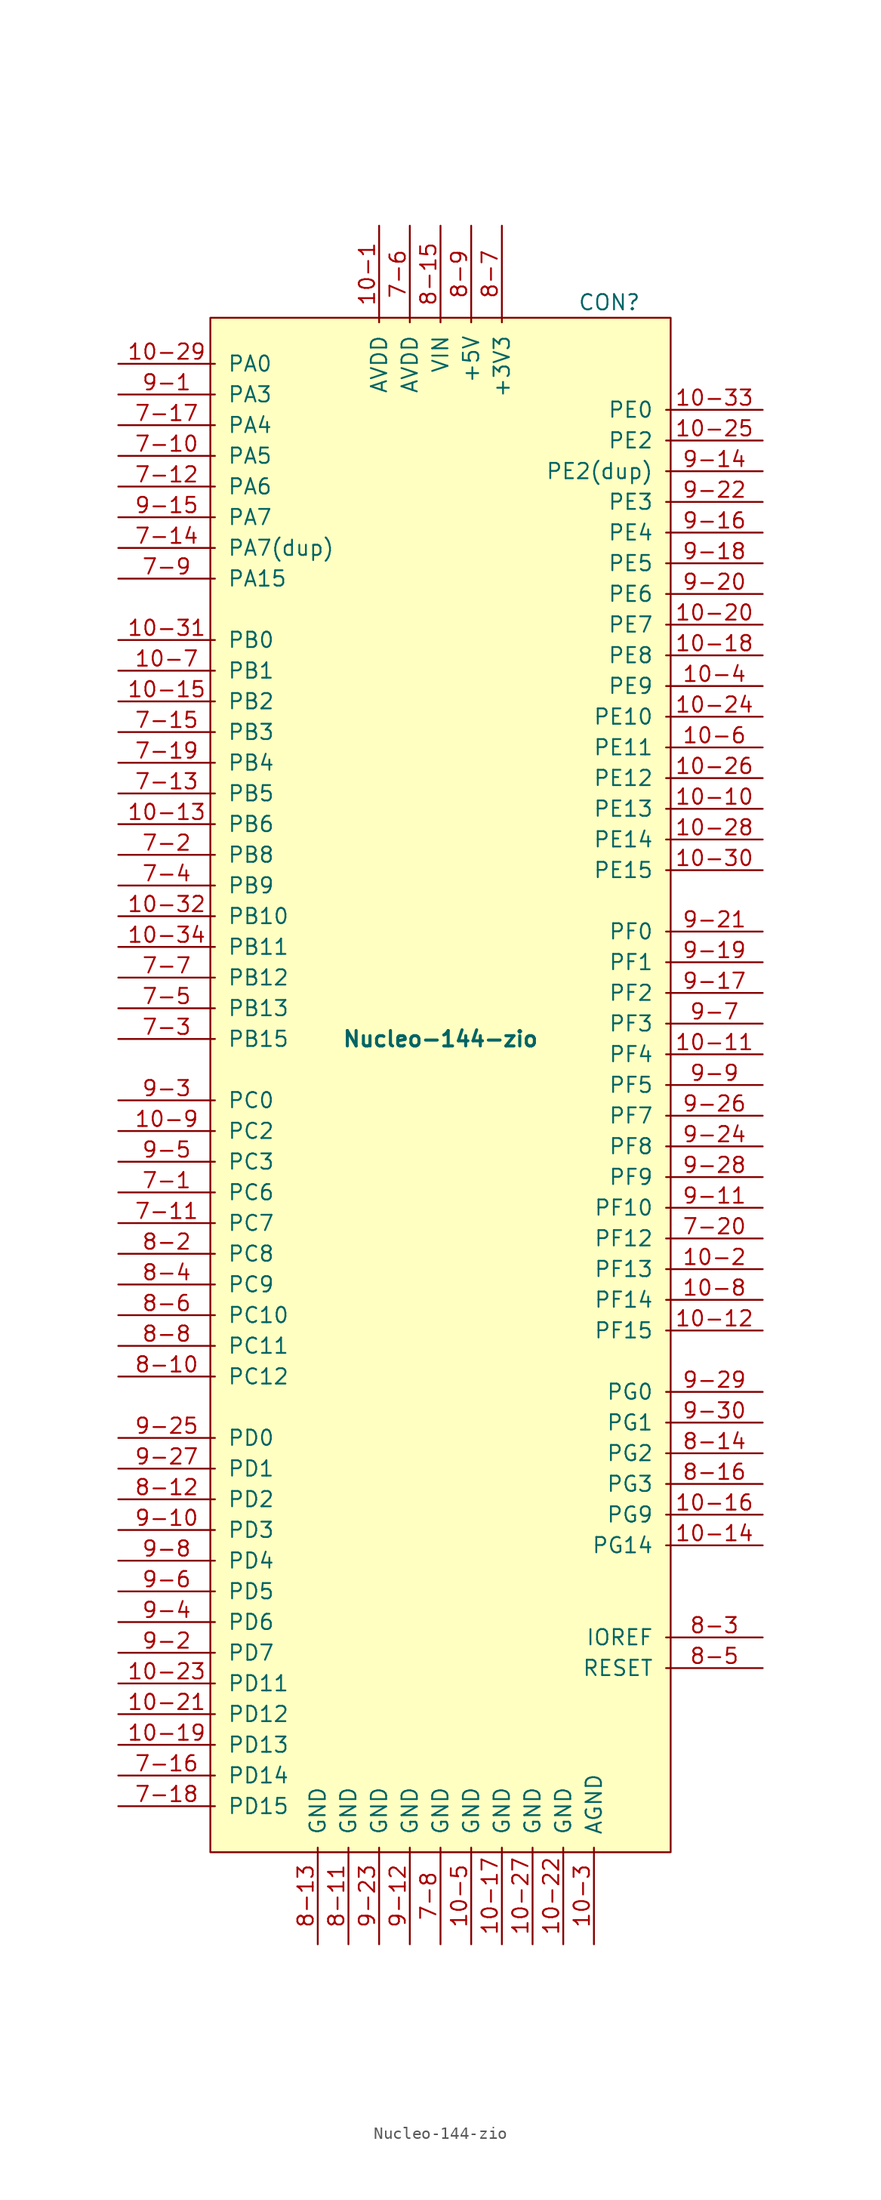
<source format=kicad_sym>
(kicad_symbol_lib
  (version 20211014)
  (generator kicad_symbol_editor)
  (symbol "Nucleo-144-zio"
    (pin_names
      (offset 1.016))
    (property "Reference" "CON"
      (at 13.97 60.96 0)
      (effects (font (size 1.27 1.27))))
    (property "Value" "Nucleo-144-zio"
      (at 0 0 0)
      (effects (font (size 1.27 1.27) bold)))
    (symbol "Nucleo-144-zio_0_1"
      (rectangle (start -19.05 59.69) (end 19.05 -67.31) (stroke (width 0) (type default) (color 0 0 0 0)) (fill (type background))))
    (symbol "Nucleo-144-zio_1_1"
      (pin power_in line (at -5.08 67.31 270) (length 8.001) (name "AVDD" (effects (font (size 1.27 1.27)))) (number "10-1" (effects (font (size 1.27 1.27)))))
      (pin bidirectional line (at 26.67 19.05 180) (length 8.001) (name "PE13" (effects (font (size 1.27 1.27)))) (number "10-10" (effects (font (size 1.27 1.27)))))
      (pin bidirectional line (at 26.67 -1.27 180) (length 8.001) (name "PF4" (effects (font (size 1.27 1.27)))) (number "10-11" (effects (font (size 1.27 1.27)))))
      (pin bidirectional line (at 26.67 -24.13 180) (length 8.001) (name "PF15" (effects (font (size 1.27 1.27)))) (number "10-12" (effects (font (size 1.27 1.27)))))
      (pin bidirectional line (at -26.67 17.78 0) (length 8.001) (name "PB6" (effects (font (size 1.27 1.27)))) (number "10-13" (effects (font (size 1.27 1.27)))))
      (pin bidirectional line (at 26.67 -41.91 180) (length 8.001) (name "PG14" (effects (font (size 1.27 1.27)))) (number "10-14" (effects (font (size 1.27 1.27)))))
      (pin bidirectional line (at -26.67 27.94 0) (length 8.001) (name "PB2" (effects (font (size 1.27 1.27)))) (number "10-15" (effects (font (size 1.27 1.27)))))
      (pin bidirectional line (at 26.67 -39.37 180) (length 8.001) (name "PG9" (effects (font (size 1.27 1.27)))) (number "10-16" (effects (font (size 1.27 1.27)))))
      (pin power_in line (at 5.08 -74.93 90) (length 8.001) (name "GND" (effects (font (size 1.27 1.27)))) (number "10-17" (effects (font (size 1.27 1.27)))))
      (pin bidirectional line (at 26.67 31.75 180) (length 8.001) (name "PE8" (effects (font (size 1.27 1.27)))) (number "10-18" (effects (font (size 1.27 1.27)))))
      (pin bidirectional line (at -26.67 -58.42 0) (length 8.001) (name "PD13" (effects (font (size 1.27 1.27)))) (number "10-19" (effects (font (size 1.27 1.27)))))
      (pin bidirectional line (at 26.67 -19.05 180) (length 8.001) (name "PF13" (effects (font (size 1.27 1.27)))) (number "10-2" (effects (font (size 1.27 1.27)))))
      (pin bidirectional line (at 26.67 34.29 180) (length 8.001) (name "PE7" (effects (font (size 1.27 1.27)))) (number "10-20" (effects (font (size 1.27 1.27)))))
      (pin bidirectional line (at -26.67 -55.88 0) (length 8.001) (name "PD12" (effects (font (size 1.27 1.27)))) (number "10-21" (effects (font (size 1.27 1.27)))))
      (pin power_in line (at 10.16 -74.93 90) (length 8.001) (name "GND" (effects (font (size 1.27 1.27)))) (number "10-22" (effects (font (size 1.27 1.27)))))
      (pin bidirectional line (at -26.67 -53.34 0) (length 8.001) (name "PD11" (effects (font (size 1.27 1.27)))) (number "10-23" (effects (font (size 1.27 1.27)))))
      (pin bidirectional line (at 26.67 26.67 180) (length 8.001) (name "PE10" (effects (font (size 1.27 1.27)))) (number "10-24" (effects (font (size 1.27 1.27)))))
      (pin bidirectional line (at 26.67 49.53 180) (length 8.001) (name "PE2" (effects (font (size 1.27 1.27)))) (number "10-25" (effects (font (size 1.27 1.27)))))
      (pin bidirectional line (at 26.67 21.59 180) (length 8.001) (name "PE12" (effects (font (size 1.27 1.27)))) (number "10-26" (effects (font (size 1.27 1.27)))))
      (pin power_in line (at 7.62 -74.93 90) (length 8.001) (name "GND" (effects (font (size 1.27 1.27)))) (number "10-27" (effects (font (size 1.27 1.27)))))
      (pin bidirectional line (at 26.67 16.51 180) (length 8.001) (name "PE14" (effects (font (size 1.27 1.27)))) (number "10-28" (effects (font (size 1.27 1.27)))))
      (pin bidirectional line (at -26.67 55.88 0) (length 8.001) (name "PA0" (effects (font (size 1.27 1.27)))) (number "10-29" (effects (font (size 1.27 1.27)))))
      (pin power_in line (at 12.7 -74.93 90) (length 8.001) (name "AGND" (effects (font (size 1.27 1.27)))) (number "10-3" (effects (font (size 1.27 1.27)))))
      (pin bidirectional line (at 26.67 13.97 180) (length 8.001) (name "PE15" (effects (font (size 1.27 1.27)))) (number "10-30" (effects (font (size 1.27 1.27)))))
      (pin bidirectional line (at -26.67 33.02 0) (length 8.001) (name "PB0" (effects (font (size 1.27 1.27)))) (number "10-31" (effects (font (size 1.27 1.27)))))
      (pin bidirectional line (at -26.67 10.16 0) (length 8.001) (name "PB10" (effects (font (size 1.27 1.27)))) (number "10-32" (effects (font (size 1.27 1.27)))))
      (pin bidirectional line (at 26.67 52.07 180) (length 8.001) (name "PE0" (effects (font (size 1.27 1.27)))) (number "10-33" (effects (font (size 1.27 1.27)))))
      (pin bidirectional line (at -26.67 7.62 0) (length 8.001) (name "PB11" (effects (font (size 1.27 1.27)))) (number "10-34" (effects (font (size 1.27 1.27)))))
      (pin bidirectional line (at 26.67 29.21 180) (length 8.001) (name "PE9" (effects (font (size 1.27 1.27)))) (number "10-4" (effects (font (size 1.27 1.27)))))
      (pin power_in line (at 2.54 -74.93 90) (length 8.001) (name "GND" (effects (font (size 1.27 1.27)))) (number "10-5" (effects (font (size 1.27 1.27)))))
      (pin bidirectional line (at 26.67 24.13 180) (length 8.001) (name "PE11" (effects (font (size 1.27 1.27)))) (number "10-6" (effects (font (size 1.27 1.27)))))
      (pin bidirectional line (at -26.67 30.48 0) (length 8.001) (name "PB1" (effects (font (size 1.27 1.27)))) (number "10-7" (effects (font (size 1.27 1.27)))))
      (pin bidirectional line (at 26.67 -21.59 180) (length 8.001) (name "PF14" (effects (font (size 1.27 1.27)))) (number "10-8" (effects (font (size 1.27 1.27)))))
      (pin bidirectional line (at -26.67 -7.62 0) (length 8.001) (name "PC2" (effects (font (size 1.27 1.27)))) (number "10-9" (effects (font (size 1.27 1.27)))))
      (pin bidirectional line (at -26.67 -12.7 0) (length 8.001) (name "PC6" (effects (font (size 1.27 1.27)))) (number "7-1" (effects (font (size 1.27 1.27)))))
      (pin bidirectional line (at -26.67 48.26 0) (length 8.001) (name "PA5" (effects (font (size 1.27 1.27)))) (number "7-10" (effects (font (size 1.27 1.27)))))
      (pin bidirectional line (at -26.67 -15.24 0) (length 8.001) (name "PC7" (effects (font (size 1.27 1.27)))) (number "7-11" (effects (font (size 1.27 1.27)))))
      (pin bidirectional line (at -26.67 45.72 0) (length 8.001) (name "PA6" (effects (font (size 1.27 1.27)))) (number "7-12" (effects (font (size 1.27 1.27)))))
      (pin bidirectional line (at -26.67 20.32 0) (length 8.001) (name "PB5" (effects (font (size 1.27 1.27)))) (number "7-13" (effects (font (size 1.27 1.27)))))
      (pin bidirectional line (at -26.67 40.64 0) (length 8.001) (name "PA7(dup)" (effects (font (size 1.27 1.27)))) (number "7-14" (effects (font (size 1.27 1.27)))))
      (pin bidirectional line (at -26.67 25.4 0) (length 8.001) (name "PB3" (effects (font (size 1.27 1.27)))) (number "7-15" (effects (font (size 1.27 1.27)))))
      (pin bidirectional line (at -26.67 -60.96 0) (length 8.001) (name "PD14" (effects (font (size 1.27 1.27)))) (number "7-16" (effects (font (size 1.27 1.27)))))
      (pin bidirectional line (at -26.67 50.8 0) (length 8.001) (name "PA4" (effects (font (size 1.27 1.27)))) (number "7-17" (effects (font (size 1.27 1.27)))))
      (pin bidirectional line (at -26.67 -63.5 0) (length 8.001) (name "PD15" (effects (font (size 1.27 1.27)))) (number "7-18" (effects (font (size 1.27 1.27)))))
      (pin bidirectional line (at -26.67 22.86 0) (length 8.001) (name "PB4" (effects (font (size 1.27 1.27)))) (number "7-19" (effects (font (size 1.27 1.27)))))
      (pin bidirectional line (at -26.67 15.24 0) (length 8.001) (name "PB8" (effects (font (size 1.27 1.27)))) (number "7-2" (effects (font (size 1.27 1.27)))))
      (pin bidirectional line (at 26.67 -16.51 180) (length 8.001) (name "PF12" (effects (font (size 1.27 1.27)))) (number "7-20" (effects (font (size 1.27 1.27)))))
      (pin bidirectional line (at -26.67 0 0) (length 8.001) (name "PB15" (effects (font (size 1.27 1.27)))) (number "7-3" (effects (font (size 1.27 1.27)))))
      (pin bidirectional line (at -26.67 12.7 0) (length 8.001) (name "PB9" (effects (font (size 1.27 1.27)))) (number "7-4" (effects (font (size 1.27 1.27)))))
      (pin bidirectional line (at -26.67 2.54 0) (length 8.001) (name "PB13" (effects (font (size 1.27 1.27)))) (number "7-5" (effects (font (size 1.27 1.27)))))
      (pin power_in line (at -2.54 67.31 270) (length 8.001) (name "AVDD" (effects (font (size 1.27 1.27)))) (number "7-6" (effects (font (size 1.27 1.27)))))
      (pin bidirectional line (at -26.67 5.08 0) (length 8.001) (name "PB12" (effects (font (size 1.27 1.27)))) (number "7-7" (effects (font (size 1.27 1.27)))))
      (pin power_in line (at 0 -74.93 90) (length 8.001) (name "GND" (effects (font (size 1.27 1.27)))) (number "7-8" (effects (font (size 1.27 1.27)))))
      (pin bidirectional line (at -26.67 38.1 0) (length 8.001) (name "PA15" (effects (font (size 1.27 1.27)))) (number "7-9" (effects (font (size 1.27 1.27)))))
      (pin no_connect line (at 26.67 -57.15 180) (length 8.001) hide (name "NC" (effects (font (size 1.27 1.27)))) (number "8-1" (effects (font (size 1.27 1.27)))))
      (pin bidirectional line (at -26.67 -27.94 0) (length 8.001) (name "PC12" (effects (font (size 1.27 1.27)))) (number "8-10" (effects (font (size 1.27 1.27)))))
      (pin power_in line (at -7.62 -74.93 90) (length 8.001) (name "GND" (effects (font (size 1.27 1.27)))) (number "8-11" (effects (font (size 1.27 1.27)))))
      (pin bidirectional line (at -26.67 -38.1 0) (length 8.001) (name "PD2" (effects (font (size 1.27 1.27)))) (number "8-12" (effects (font (size 1.27 1.27)))))
      (pin power_in line (at -10.16 -74.93 90) (length 8.001) (name "GND" (effects (font (size 1.27 1.27)))) (number "8-13" (effects (font (size 1.27 1.27)))))
      (pin bidirectional line (at 26.67 -34.29 180) (length 8.001) (name "PG2" (effects (font (size 1.27 1.27)))) (number "8-14" (effects (font (size 1.27 1.27)))))
      (pin power_in line (at 0 67.31 270) (length 8.001) (name "VIN" (effects (font (size 1.27 1.27)))) (number "8-15" (effects (font (size 1.27 1.27)))))
      (pin bidirectional line (at 26.67 -36.83 180) (length 8.001) (name "PG3" (effects (font (size 1.27 1.27)))) (number "8-16" (effects (font (size 1.27 1.27)))))
      (pin bidirectional line (at -26.67 -17.78 0) (length 8.001) (name "PC8" (effects (font (size 1.27 1.27)))) (number "8-2" (effects (font (size 1.27 1.27)))))
      (pin input line (at 26.67 -49.53 180) (length 8.001) (name "IOREF" (effects (font (size 1.27 1.27)))) (number "8-3" (effects (font (size 1.27 1.27)))))
      (pin bidirectional line (at -26.67 -20.32 0) (length 8.001) (name "PC9" (effects (font (size 1.27 1.27)))) (number "8-4" (effects (font (size 1.27 1.27)))))
      (pin bidirectional line (at 26.67 -52.07 180) (length 8.001) (name "RESET" (effects (font (size 1.27 1.27)))) (number "8-5" (effects (font (size 1.27 1.27)))))
      (pin bidirectional line (at -26.67 -22.86 0) (length 8.001) (name "PC10" (effects (font (size 1.27 1.27)))) (number "8-6" (effects (font (size 1.27 1.27)))))
      (pin power_out line (at 5.08 67.31 270) (length 8.001) (name "+3V3" (effects (font (size 1.27 1.27)))) (number "8-7" (effects (font (size 1.27 1.27)))))
      (pin bidirectional line (at -26.67 -25.4 0) (length 8.001) (name "PC11" (effects (font (size 1.27 1.27)))) (number "8-8" (effects (font (size 1.27 1.27)))))
      (pin power_out line (at 2.54 67.31 270) (length 8.001) (name "+5V" (effects (font (size 1.27 1.27)))) (number "8-9" (effects (font (size 1.27 1.27)))))
      (pin bidirectional line (at -26.67 53.34 0) (length 8.001) (name "PA3" (effects (font (size 1.27 1.27)))) (number "9-1" (effects (font (size 1.27 1.27)))))
      (pin bidirectional line (at -26.67 -40.64 0) (length 8.001) (name "PD3" (effects (font (size 1.27 1.27)))) (number "9-10" (effects (font (size 1.27 1.27)))))
      (pin bidirectional line (at 26.67 -13.97 180) (length 8.001) (name "PF10" (effects (font (size 1.27 1.27)))) (number "9-11" (effects (font (size 1.27 1.27)))))
      (pin power_in line (at -2.54 -74.93 90) (length 8.001) (name "GND" (effects (font (size 1.27 1.27)))) (number "9-12" (effects (font (size 1.27 1.27)))))
      (pin no_connect line (at 26.67 -59.69 180) (length 8.001) hide (name "NC" (effects (font (size 1.27 1.27)))) (number "9-13" (effects (font (size 1.27 1.27)))))
      (pin bidirectional line (at 26.67 46.99 180) (length 8.001) (name "PE2(dup)" (effects (font (size 1.27 1.27)))) (number "9-14" (effects (font (size 1.27 1.27)))))
      (pin bidirectional line (at -26.67 43.18 0) (length 8.001) (name "PA7" (effects (font (size 1.27 1.27)))) (number "9-15" (effects (font (size 1.27 1.27)))))
      (pin bidirectional line (at 26.67 41.91 180) (length 8.001) (name "PE4" (effects (font (size 1.27 1.27)))) (number "9-16" (effects (font (size 1.27 1.27)))))
      (pin bidirectional line (at 26.67 3.81 180) (length 8.001) (name "PF2" (effects (font (size 1.27 1.27)))) (number "9-17" (effects (font (size 1.27 1.27)))))
      (pin bidirectional line (at 26.67 39.37 180) (length 8.001) (name "PE5" (effects (font (size 1.27 1.27)))) (number "9-18" (effects (font (size 1.27 1.27)))))
      (pin bidirectional line (at 26.67 6.35 180) (length 8.001) (name "PF1" (effects (font (size 1.27 1.27)))) (number "9-19" (effects (font (size 1.27 1.27)))))
      (pin bidirectional line (at -26.67 -50.8 0) (length 8.001) (name "PD7" (effects (font (size 1.27 1.27)))) (number "9-2" (effects (font (size 1.27 1.27)))))
      (pin bidirectional line (at 26.67 36.83 180) (length 8.001) (name "PE6" (effects (font (size 1.27 1.27)))) (number "9-20" (effects (font (size 1.27 1.27)))))
      (pin bidirectional line (at 26.67 8.89 180) (length 8.001) (name "PF0" (effects (font (size 1.27 1.27)))) (number "9-21" (effects (font (size 1.27 1.27)))))
      (pin bidirectional line (at 26.67 44.45 180) (length 8.001) (name "PE3" (effects (font (size 1.27 1.27)))) (number "9-22" (effects (font (size 1.27 1.27)))))
      (pin power_in line (at -5.08 -74.93 90) (length 8.001) (name "GND" (effects (font (size 1.27 1.27)))) (number "9-23" (effects (font (size 1.27 1.27)))))
      (pin bidirectional line (at 26.67 -8.89 180) (length 8.001) (name "PF8" (effects (font (size 1.27 1.27)))) (number "9-24" (effects (font (size 1.27 1.27)))))
      (pin bidirectional line (at -26.67 -33.02 0) (length 8.001) (name "PD0" (effects (font (size 1.27 1.27)))) (number "9-25" (effects (font (size 1.27 1.27)))))
      (pin bidirectional line (at 26.67 -6.35 180) (length 8.001) (name "PF7" (effects (font (size 1.27 1.27)))) (number "9-26" (effects (font (size 1.27 1.27)))))
      (pin bidirectional line (at -26.67 -35.56 0) (length 8.001) (name "PD1" (effects (font (size 1.27 1.27)))) (number "9-27" (effects (font (size 1.27 1.27)))))
      (pin bidirectional line (at 26.67 -11.43 180) (length 8.001) (name "PF9" (effects (font (size 1.27 1.27)))) (number "9-28" (effects (font (size 1.27 1.27)))))
      (pin bidirectional line (at 26.67 -29.21 180) (length 8.001) (name "PG0" (effects (font (size 1.27 1.27)))) (number "9-29" (effects (font (size 1.27 1.27)))))
      (pin bidirectional line (at -26.67 -5.08 0) (length 8.001) (name "PC0" (effects (font (size 1.27 1.27)))) (number "9-3" (effects (font (size 1.27 1.27)))))
      (pin bidirectional line (at 26.67 -31.75 180) (length 8.001) (name "PG1" (effects (font (size 1.27 1.27)))) (number "9-30" (effects (font (size 1.27 1.27)))))
      (pin bidirectional line (at -26.67 -48.26 0) (length 8.001) (name "PD6" (effects (font (size 1.27 1.27)))) (number "9-4" (effects (font (size 1.27 1.27)))))
      (pin bidirectional line (at -26.67 -10.16 0) (length 8.001) (name "PC3" (effects (font (size 1.27 1.27)))) (number "9-5" (effects (font (size 1.27 1.27)))))
      (pin bidirectional line (at -26.67 -45.72 0) (length 8.001) (name "PD5" (effects (font (size 1.27 1.27)))) (number "9-6" (effects (font (size 1.27 1.27)))))
      (pin bidirectional line (at 26.67 1.27 180) (length 8.001) (name "PF3" (effects (font (size 1.27 1.27)))) (number "9-7" (effects (font (size 1.27 1.27)))))
      (pin bidirectional line (at -26.67 -43.18 0) (length 8.001) (name "PD4" (effects (font (size 1.27 1.27)))) (number "9-8" (effects (font (size 1.27 1.27)))))
      (pin bidirectional line (at 26.67 -3.81 180) (length 8.001) (name "PF5" (effects (font (size 1.27 1.27)))) (number "9-9" (effects (font (size 1.27 1.27))))))))
</source>
